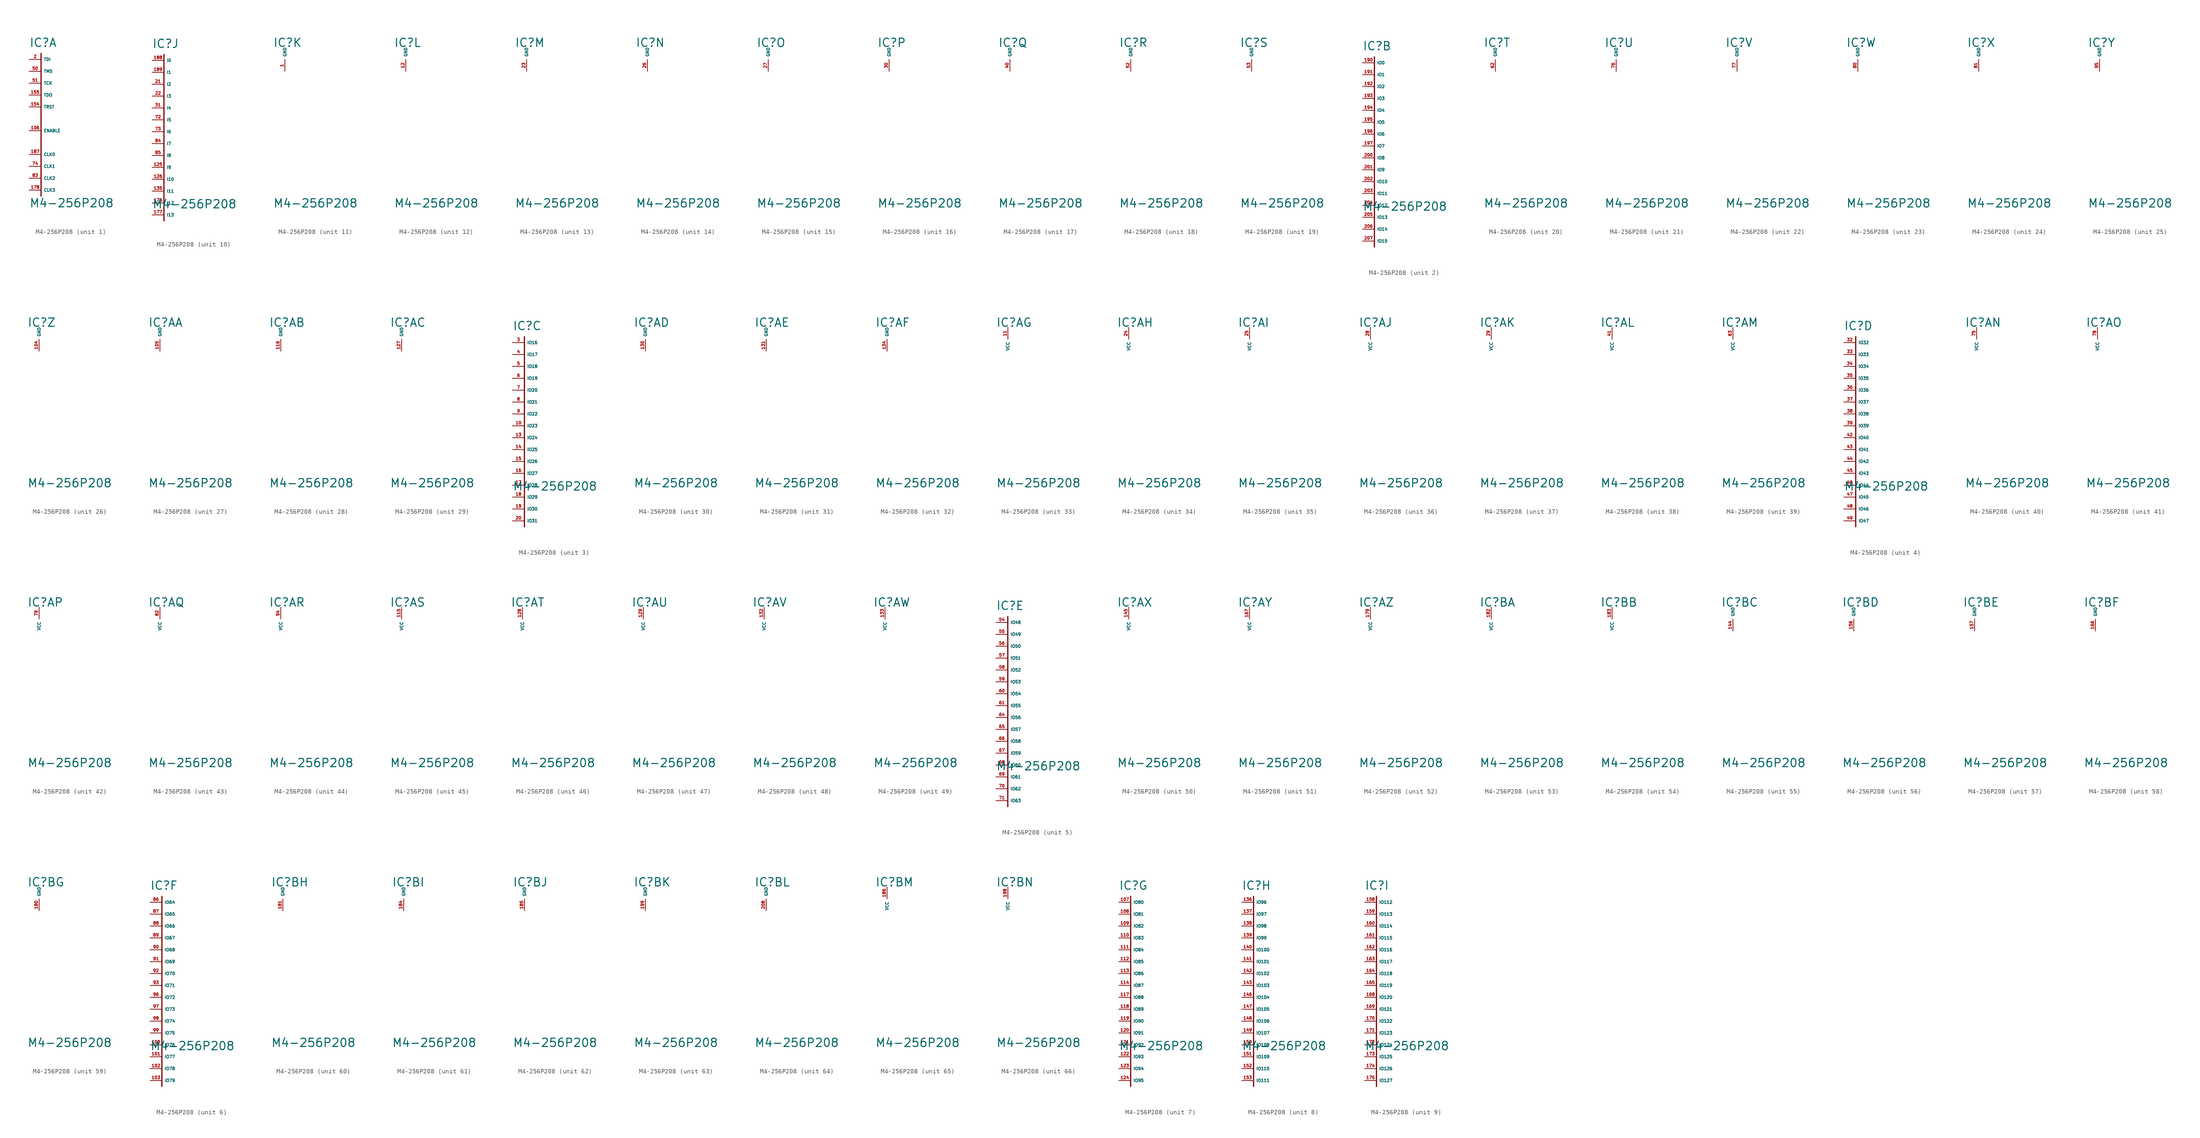
<source format=kicad_sym>
(kicad_symbol_lib
  (version 20220914)
  (generator Eagle2Kicad)
  (symbol "M4-256P208"
    (property "Reference" "IC"
      (at -2.54 2.54 0)
      (effects (font (size 1.778 1.778) (thickness 0.22)) (justify left bottom)))
    (property "Value" "M4-256P208"
      (at -2.54 -31.75 0)
      (effects (font (size 1.778 1.778) (thickness 0.22)) (justify left bottom)))
    (symbol "M4-256P208_1_0"
      (polyline (pts (xy 0 1.27) (xy 0 -29.21)) (stroke (width 0.254) (type default)) (fill (type none)))
      (pin input line (at -2.54 0 0) (length 2.54) (name "TDI" (effects (font (size 0.635 0.635) (thickness 0.08)) (justify left bottom))) (number "2" (effects (font (size 0.635 0.635) (thickness 0.08)) (justify left bottom))))
      (pin input line (at -2.54 -2.54 0) (length 2.54) (name "TMS" (effects (font (size 0.635 0.635) (thickness 0.08)) (justify left bottom))) (number "50" (effects (font (size 0.635 0.635) (thickness 0.08)) (justify left bottom))))
      (pin input line (at -2.54 -5.08 0) (length 2.54) (name "TCK" (effects (font (size 0.635 0.635) (thickness 0.08)) (justify left bottom))) (number "51" (effects (font (size 0.635 0.635) (thickness 0.08)) (justify left bottom))))
      (pin input line (at -2.54 -7.62 0) (length 2.54) (name "TDO" (effects (font (size 0.635 0.635) (thickness 0.08)) (justify left bottom))) (number "155" (effects (font (size 0.635 0.635) (thickness 0.08)) (justify left bottom))))
      (pin input line (at -2.54 -10.16 0) (length 2.54) (name "TRST" (effects (font (size 0.635 0.635) (thickness 0.08)) (justify left bottom))) (number "154" (effects (font (size 0.635 0.635) (thickness 0.08)) (justify left bottom))))
      (pin input line (at -2.54 -15.24 0) (length 2.54) (name "ENABLE" (effects (font (size 0.635 0.635) (thickness 0.08)) (justify left bottom))) (number "106" (effects (font (size 0.635 0.635) (thickness 0.08)) (justify left bottom))))
      (pin input line (at -2.54 -20.32 0) (length 2.54) (name "CLK0" (effects (font (size 0.635 0.635) (thickness 0.08)) (justify left bottom))) (number "187" (effects (font (size 0.635 0.635) (thickness 0.08)) (justify left bottom))))
      (pin input line (at -2.54 -22.86 0) (length 2.54) (name "CLK1" (effects (font (size 0.635 0.635) (thickness 0.08)) (justify left bottom))) (number "74" (effects (font (size 0.635 0.635) (thickness 0.08)) (justify left bottom))))
      (pin input line (at -2.54 -25.4 0) (length 2.54) (name "CLK2" (effects (font (size 0.635 0.635) (thickness 0.08)) (justify left bottom))) (number "83" (effects (font (size 0.635 0.635) (thickness 0.08)) (justify left bottom))))
      (pin input line (at -2.54 -27.94 0) (length 2.54) (name "CLK3" (effects (font (size 0.635 0.635) (thickness 0.08)) (justify left bottom))) (number "178" (effects (font (size 0.635 0.635) (thickness 0.08)) (justify left bottom)))))
    (symbol "M4-256P208_2_0"
      (polyline (pts (xy 0 1.27) (xy 0 -39.37)) (stroke (width 0.254) (type default)) (fill (type none)))
      (pin bidirectional line (at -2.54 0 0) (length 2.54) (name "IO0" (effects (font (size 0.635 0.635) (thickness 0.08)) (justify left bottom))) (number "190" (effects (font (size 0.635 0.635) (thickness 0.08)) (justify left bottom))))
      (pin bidirectional line (at -2.54 -2.54 0) (length 2.54) (name "IO1" (effects (font (size 0.635 0.635) (thickness 0.08)) (justify left bottom))) (number "191" (effects (font (size 0.635 0.635) (thickness 0.08)) (justify left bottom))))
      (pin bidirectional line (at -2.54 -5.08 0) (length 2.54) (name "IO2" (effects (font (size 0.635 0.635) (thickness 0.08)) (justify left bottom))) (number "192" (effects (font (size 0.635 0.635) (thickness 0.08)) (justify left bottom))))
      (pin bidirectional line (at -2.54 -7.62 0) (length 2.54) (name "IO3" (effects (font (size 0.635 0.635) (thickness 0.08)) (justify left bottom))) (number "193" (effects (font (size 0.635 0.635) (thickness 0.08)) (justify left bottom))))
      (pin bidirectional line (at -2.54 -10.16 0) (length 2.54) (name "IO4" (effects (font (size 0.635 0.635) (thickness 0.08)) (justify left bottom))) (number "194" (effects (font (size 0.635 0.635) (thickness 0.08)) (justify left bottom))))
      (pin bidirectional line (at -2.54 -12.7 0) (length 2.54) (name "IO5" (effects (font (size 0.635 0.635) (thickness 0.08)) (justify left bottom))) (number "195" (effects (font (size 0.635 0.635) (thickness 0.08)) (justify left bottom))))
      (pin bidirectional line (at -2.54 -15.24 0) (length 2.54) (name "IO6" (effects (font (size 0.635 0.635) (thickness 0.08)) (justify left bottom))) (number "196" (effects (font (size 0.635 0.635) (thickness 0.08)) (justify left bottom))))
      (pin bidirectional line (at -2.54 -17.78 0) (length 2.54) (name "IO7" (effects (font (size 0.635 0.635) (thickness 0.08)) (justify left bottom))) (number "197" (effects (font (size 0.635 0.635) (thickness 0.08)) (justify left bottom))))
      (pin bidirectional line (at -2.54 -20.32 0) (length 2.54) (name "IO8" (effects (font (size 0.635 0.635) (thickness 0.08)) (justify left bottom))) (number "200" (effects (font (size 0.635 0.635) (thickness 0.08)) (justify left bottom))))
      (pin bidirectional line (at -2.54 -22.86 0) (length 2.54) (name "IO9" (effects (font (size 0.635 0.635) (thickness 0.08)) (justify left bottom))) (number "201" (effects (font (size 0.635 0.635) (thickness 0.08)) (justify left bottom))))
      (pin bidirectional line (at -2.54 -25.4 0) (length 2.54) (name "IO10" (effects (font (size 0.635 0.635) (thickness 0.08)) (justify left bottom))) (number "202" (effects (font (size 0.635 0.635) (thickness 0.08)) (justify left bottom))))
      (pin bidirectional line (at -2.54 -27.94 0) (length 2.54) (name "IO11" (effects (font (size 0.635 0.635) (thickness 0.08)) (justify left bottom))) (number "203" (effects (font (size 0.635 0.635) (thickness 0.08)) (justify left bottom))))
      (pin bidirectional line (at -2.54 -30.48 0) (length 2.54) (name "IO12" (effects (font (size 0.635 0.635) (thickness 0.08)) (justify left bottom))) (number "204" (effects (font (size 0.635 0.635) (thickness 0.08)) (justify left bottom))))
      (pin bidirectional line (at -2.54 -33.02 0) (length 2.54) (name "IO13" (effects (font (size 0.635 0.635) (thickness 0.08)) (justify left bottom))) (number "205" (effects (font (size 0.635 0.635) (thickness 0.08)) (justify left bottom))))
      (pin bidirectional line (at -2.54 -35.56 0) (length 2.54) (name "IO14" (effects (font (size 0.635 0.635) (thickness 0.08)) (justify left bottom))) (number "206" (effects (font (size 0.635 0.635) (thickness 0.08)) (justify left bottom))))
      (pin bidirectional line (at -2.54 -38.1 0) (length 2.54) (name "IO15" (effects (font (size 0.635 0.635) (thickness 0.08)) (justify left bottom))) (number "207" (effects (font (size 0.635 0.635) (thickness 0.08)) (justify left bottom)))))
    (symbol "M4-256P208_3_0"
      (polyline (pts (xy 0 1.27) (xy 0 -39.37)) (stroke (width 0.254) (type default)) (fill (type none)))
      (pin bidirectional line (at -2.54 0 0) (length 2.54) (name "IO16" (effects (font (size 0.635 0.635) (thickness 0.08)) (justify left bottom))) (number "3" (effects (font (size 0.635 0.635) (thickness 0.08)) (justify left bottom))))
      (pin bidirectional line (at -2.54 -2.54 0) (length 2.54) (name "IO17" (effects (font (size 0.635 0.635) (thickness 0.08)) (justify left bottom))) (number "4" (effects (font (size 0.635 0.635) (thickness 0.08)) (justify left bottom))))
      (pin bidirectional line (at -2.54 -5.08 0) (length 2.54) (name "IO18" (effects (font (size 0.635 0.635) (thickness 0.08)) (justify left bottom))) (number "5" (effects (font (size 0.635 0.635) (thickness 0.08)) (justify left bottom))))
      (pin bidirectional line (at -2.54 -7.62 0) (length 2.54) (name "IO19" (effects (font (size 0.635 0.635) (thickness 0.08)) (justify left bottom))) (number "6" (effects (font (size 0.635 0.635) (thickness 0.08)) (justify left bottom))))
      (pin bidirectional line (at -2.54 -10.16 0) (length 2.54) (name "IO20" (effects (font (size 0.635 0.635) (thickness 0.08)) (justify left bottom))) (number "7" (effects (font (size 0.635 0.635) (thickness 0.08)) (justify left bottom))))
      (pin bidirectional line (at -2.54 -12.7 0) (length 2.54) (name "IO21" (effects (font (size 0.635 0.635) (thickness 0.08)) (justify left bottom))) (number "8" (effects (font (size 0.635 0.635) (thickness 0.08)) (justify left bottom))))
      (pin bidirectional line (at -2.54 -15.24 0) (length 2.54) (name "IO22" (effects (font (size 0.635 0.635) (thickness 0.08)) (justify left bottom))) (number "9" (effects (font (size 0.635 0.635) (thickness 0.08)) (justify left bottom))))
      (pin bidirectional line (at -2.54 -17.78 0) (length 2.54) (name "IO23" (effects (font (size 0.635 0.635) (thickness 0.08)) (justify left bottom))) (number "10" (effects (font (size 0.635 0.635) (thickness 0.08)) (justify left bottom))))
      (pin bidirectional line (at -2.54 -20.32 0) (length 2.54) (name "IO24" (effects (font (size 0.635 0.635) (thickness 0.08)) (justify left bottom))) (number "13" (effects (font (size 0.635 0.635) (thickness 0.08)) (justify left bottom))))
      (pin bidirectional line (at -2.54 -22.86 0) (length 2.54) (name "IO25" (effects (font (size 0.635 0.635) (thickness 0.08)) (justify left bottom))) (number "14" (effects (font (size 0.635 0.635) (thickness 0.08)) (justify left bottom))))
      (pin bidirectional line (at -2.54 -25.4 0) (length 2.54) (name "IO26" (effects (font (size 0.635 0.635) (thickness 0.08)) (justify left bottom))) (number "15" (effects (font (size 0.635 0.635) (thickness 0.08)) (justify left bottom))))
      (pin bidirectional line (at -2.54 -27.94 0) (length 2.54) (name "IO27" (effects (font (size 0.635 0.635) (thickness 0.08)) (justify left bottom))) (number "16" (effects (font (size 0.635 0.635) (thickness 0.08)) (justify left bottom))))
      (pin bidirectional line (at -2.54 -30.48 0) (length 2.54) (name "IO28" (effects (font (size 0.635 0.635) (thickness 0.08)) (justify left bottom))) (number "17" (effects (font (size 0.635 0.635) (thickness 0.08)) (justify left bottom))))
      (pin bidirectional line (at -2.54 -33.02 0) (length 2.54) (name "IO29" (effects (font (size 0.635 0.635) (thickness 0.08)) (justify left bottom))) (number "18" (effects (font (size 0.635 0.635) (thickness 0.08)) (justify left bottom))))
      (pin bidirectional line (at -2.54 -35.56 0) (length 2.54) (name "IO30" (effects (font (size 0.635 0.635) (thickness 0.08)) (justify left bottom))) (number "19" (effects (font (size 0.635 0.635) (thickness 0.08)) (justify left bottom))))
      (pin bidirectional line (at -2.54 -38.1 0) (length 2.54) (name "IO31" (effects (font (size 0.635 0.635) (thickness 0.08)) (justify left bottom))) (number "20" (effects (font (size 0.635 0.635) (thickness 0.08)) (justify left bottom)))))
    (symbol "M4-256P208_4_0"
      (polyline (pts (xy 0 1.27) (xy 0 -39.37)) (stroke (width 0.254) (type default)) (fill (type none)))
      (pin bidirectional line (at -2.54 0 0) (length 2.54) (name "IO32" (effects (font (size 0.635 0.635) (thickness 0.08)) (justify left bottom))) (number "32" (effects (font (size 0.635 0.635) (thickness 0.08)) (justify left bottom))))
      (pin bidirectional line (at -2.54 -2.54 0) (length 2.54) (name "IO33" (effects (font (size 0.635 0.635) (thickness 0.08)) (justify left bottom))) (number "33" (effects (font (size 0.635 0.635) (thickness 0.08)) (justify left bottom))))
      (pin bidirectional line (at -2.54 -5.08 0) (length 2.54) (name "IO34" (effects (font (size 0.635 0.635) (thickness 0.08)) (justify left bottom))) (number "34" (effects (font (size 0.635 0.635) (thickness 0.08)) (justify left bottom))))
      (pin bidirectional line (at -2.54 -7.62 0) (length 2.54) (name "IO35" (effects (font (size 0.635 0.635) (thickness 0.08)) (justify left bottom))) (number "35" (effects (font (size 0.635 0.635) (thickness 0.08)) (justify left bottom))))
      (pin bidirectional line (at -2.54 -10.16 0) (length 2.54) (name "IO36" (effects (font (size 0.635 0.635) (thickness 0.08)) (justify left bottom))) (number "36" (effects (font (size 0.635 0.635) (thickness 0.08)) (justify left bottom))))
      (pin bidirectional line (at -2.54 -12.7 0) (length 2.54) (name "IO37" (effects (font (size 0.635 0.635) (thickness 0.08)) (justify left bottom))) (number "37" (effects (font (size 0.635 0.635) (thickness 0.08)) (justify left bottom))))
      (pin bidirectional line (at -2.54 -15.24 0) (length 2.54) (name "IO38" (effects (font (size 0.635 0.635) (thickness 0.08)) (justify left bottom))) (number "38" (effects (font (size 0.635 0.635) (thickness 0.08)) (justify left bottom))))
      (pin bidirectional line (at -2.54 -17.78 0) (length 2.54) (name "IO39" (effects (font (size 0.635 0.635) (thickness 0.08)) (justify left bottom))) (number "39" (effects (font (size 0.635 0.635) (thickness 0.08)) (justify left bottom))))
      (pin bidirectional line (at -2.54 -20.32 0) (length 2.54) (name "IO40" (effects (font (size 0.635 0.635) (thickness 0.08)) (justify left bottom))) (number "42" (effects (font (size 0.635 0.635) (thickness 0.08)) (justify left bottom))))
      (pin bidirectional line (at -2.54 -22.86 0) (length 2.54) (name "IO41" (effects (font (size 0.635 0.635) (thickness 0.08)) (justify left bottom))) (number "43" (effects (font (size 0.635 0.635) (thickness 0.08)) (justify left bottom))))
      (pin bidirectional line (at -2.54 -25.4 0) (length 2.54) (name "IO42" (effects (font (size 0.635 0.635) (thickness 0.08)) (justify left bottom))) (number "44" (effects (font (size 0.635 0.635) (thickness 0.08)) (justify left bottom))))
      (pin bidirectional line (at -2.54 -27.94 0) (length 2.54) (name "IO43" (effects (font (size 0.635 0.635) (thickness 0.08)) (justify left bottom))) (number "45" (effects (font (size 0.635 0.635) (thickness 0.08)) (justify left bottom))))
      (pin bidirectional line (at -2.54 -30.48 0) (length 2.54) (name "IO44" (effects (font (size 0.635 0.635) (thickness 0.08)) (justify left bottom))) (number "46" (effects (font (size 0.635 0.635) (thickness 0.08)) (justify left bottom))))
      (pin bidirectional line (at -2.54 -33.02 0) (length 2.54) (name "IO45" (effects (font (size 0.635 0.635) (thickness 0.08)) (justify left bottom))) (number "47" (effects (font (size 0.635 0.635) (thickness 0.08)) (justify left bottom))))
      (pin bidirectional line (at -2.54 -35.56 0) (length 2.54) (name "IO46" (effects (font (size 0.635 0.635) (thickness 0.08)) (justify left bottom))) (number "48" (effects (font (size 0.635 0.635) (thickness 0.08)) (justify left bottom))))
      (pin bidirectional line (at -2.54 -38.1 0) (length 2.54) (name "IO47" (effects (font (size 0.635 0.635) (thickness 0.08)) (justify left bottom))) (number "49" (effects (font (size 0.635 0.635) (thickness 0.08)) (justify left bottom)))))
    (symbol "M4-256P208_5_0"
      (polyline (pts (xy 0 1.27) (xy 0 -39.37)) (stroke (width 0.254) (type default)) (fill (type none)))
      (pin bidirectional line (at -2.54 0 0) (length 2.54) (name "IO48" (effects (font (size 0.635 0.635) (thickness 0.08)) (justify left bottom))) (number "54" (effects (font (size 0.635 0.635) (thickness 0.08)) (justify left bottom))))
      (pin bidirectional line (at -2.54 -2.54 0) (length 2.54) (name "IO49" (effects (font (size 0.635 0.635) (thickness 0.08)) (justify left bottom))) (number "55" (effects (font (size 0.635 0.635) (thickness 0.08)) (justify left bottom))))
      (pin bidirectional line (at -2.54 -5.08 0) (length 2.54) (name "IO50" (effects (font (size 0.635 0.635) (thickness 0.08)) (justify left bottom))) (number "56" (effects (font (size 0.635 0.635) (thickness 0.08)) (justify left bottom))))
      (pin bidirectional line (at -2.54 -7.62 0) (length 2.54) (name "IO51" (effects (font (size 0.635 0.635) (thickness 0.08)) (justify left bottom))) (number "57" (effects (font (size 0.635 0.635) (thickness 0.08)) (justify left bottom))))
      (pin bidirectional line (at -2.54 -10.16 0) (length 2.54) (name "IO52" (effects (font (size 0.635 0.635) (thickness 0.08)) (justify left bottom))) (number "58" (effects (font (size 0.635 0.635) (thickness 0.08)) (justify left bottom))))
      (pin bidirectional line (at -2.54 -12.7 0) (length 2.54) (name "IO53" (effects (font (size 0.635 0.635) (thickness 0.08)) (justify left bottom))) (number "59" (effects (font (size 0.635 0.635) (thickness 0.08)) (justify left bottom))))
      (pin bidirectional line (at -2.54 -15.24 0) (length 2.54) (name "IO54" (effects (font (size 0.635 0.635) (thickness 0.08)) (justify left bottom))) (number "60" (effects (font (size 0.635 0.635) (thickness 0.08)) (justify left bottom))))
      (pin bidirectional line (at -2.54 -17.78 0) (length 2.54) (name "IO55" (effects (font (size 0.635 0.635) (thickness 0.08)) (justify left bottom))) (number "61" (effects (font (size 0.635 0.635) (thickness 0.08)) (justify left bottom))))
      (pin bidirectional line (at -2.54 -20.32 0) (length 2.54) (name "IO56" (effects (font (size 0.635 0.635) (thickness 0.08)) (justify left bottom))) (number "64" (effects (font (size 0.635 0.635) (thickness 0.08)) (justify left bottom))))
      (pin bidirectional line (at -2.54 -22.86 0) (length 2.54) (name "IO57" (effects (font (size 0.635 0.635) (thickness 0.08)) (justify left bottom))) (number "65" (effects (font (size 0.635 0.635) (thickness 0.08)) (justify left bottom))))
      (pin bidirectional line (at -2.54 -25.4 0) (length 2.54) (name "IO58" (effects (font (size 0.635 0.635) (thickness 0.08)) (justify left bottom))) (number "66" (effects (font (size 0.635 0.635) (thickness 0.08)) (justify left bottom))))
      (pin bidirectional line (at -2.54 -27.94 0) (length 2.54) (name "IO59" (effects (font (size 0.635 0.635) (thickness 0.08)) (justify left bottom))) (number "67" (effects (font (size 0.635 0.635) (thickness 0.08)) (justify left bottom))))
      (pin bidirectional line (at -2.54 -30.48 0) (length 2.54) (name "IO60" (effects (font (size 0.635 0.635) (thickness 0.08)) (justify left bottom))) (number "68" (effects (font (size 0.635 0.635) (thickness 0.08)) (justify left bottom))))
      (pin bidirectional line (at -2.54 -33.02 0) (length 2.54) (name "IO61" (effects (font (size 0.635 0.635) (thickness 0.08)) (justify left bottom))) (number "69" (effects (font (size 0.635 0.635) (thickness 0.08)) (justify left bottom))))
      (pin bidirectional line (at -2.54 -35.56 0) (length 2.54) (name "IO62" (effects (font (size 0.635 0.635) (thickness 0.08)) (justify left bottom))) (number "70" (effects (font (size 0.635 0.635) (thickness 0.08)) (justify left bottom))))
      (pin bidirectional line (at -2.54 -38.1 0) (length 2.54) (name "IO63" (effects (font (size 0.635 0.635) (thickness 0.08)) (justify left bottom))) (number "71" (effects (font (size 0.635 0.635) (thickness 0.08)) (justify left bottom)))))
    (symbol "M4-256P208_6_0"
      (polyline (pts (xy 0 1.27) (xy 0 -39.37)) (stroke (width 0.254) (type default)) (fill (type none)))
      (pin bidirectional line (at -2.54 0 0) (length 2.54) (name "IO64" (effects (font (size 0.635 0.635) (thickness 0.08)) (justify left bottom))) (number "86" (effects (font (size 0.635 0.635) (thickness 0.08)) (justify left bottom))))
      (pin bidirectional line (at -2.54 -2.54 0) (length 2.54) (name "IO65" (effects (font (size 0.635 0.635) (thickness 0.08)) (justify left bottom))) (number "87" (effects (font (size 0.635 0.635) (thickness 0.08)) (justify left bottom))))
      (pin bidirectional line (at -2.54 -5.08 0) (length 2.54) (name "IO66" (effects (font (size 0.635 0.635) (thickness 0.08)) (justify left bottom))) (number "88" (effects (font (size 0.635 0.635) (thickness 0.08)) (justify left bottom))))
      (pin bidirectional line (at -2.54 -7.62 0) (length 2.54) (name "IO67" (effects (font (size 0.635 0.635) (thickness 0.08)) (justify left bottom))) (number "89" (effects (font (size 0.635 0.635) (thickness 0.08)) (justify left bottom))))
      (pin bidirectional line (at -2.54 -10.16 0) (length 2.54) (name "IO68" (effects (font (size 0.635 0.635) (thickness 0.08)) (justify left bottom))) (number "90" (effects (font (size 0.635 0.635) (thickness 0.08)) (justify left bottom))))
      (pin bidirectional line (at -2.54 -12.7 0) (length 2.54) (name "IO69" (effects (font (size 0.635 0.635) (thickness 0.08)) (justify left bottom))) (number "91" (effects (font (size 0.635 0.635) (thickness 0.08)) (justify left bottom))))
      (pin bidirectional line (at -2.54 -15.24 0) (length 2.54) (name "IO70" (effects (font (size 0.635 0.635) (thickness 0.08)) (justify left bottom))) (number "92" (effects (font (size 0.635 0.635) (thickness 0.08)) (justify left bottom))))
      (pin bidirectional line (at -2.54 -17.78 0) (length 2.54) (name "IO71" (effects (font (size 0.635 0.635) (thickness 0.08)) (justify left bottom))) (number "93" (effects (font (size 0.635 0.635) (thickness 0.08)) (justify left bottom))))
      (pin bidirectional line (at -2.54 -20.32 0) (length 2.54) (name "IO72" (effects (font (size 0.635 0.635) (thickness 0.08)) (justify left bottom))) (number "96" (effects (font (size 0.635 0.635) (thickness 0.08)) (justify left bottom))))
      (pin bidirectional line (at -2.54 -22.86 0) (length 2.54) (name "IO73" (effects (font (size 0.635 0.635) (thickness 0.08)) (justify left bottom))) (number "97" (effects (font (size 0.635 0.635) (thickness 0.08)) (justify left bottom))))
      (pin bidirectional line (at -2.54 -25.4 0) (length 2.54) (name "IO74" (effects (font (size 0.635 0.635) (thickness 0.08)) (justify left bottom))) (number "98" (effects (font (size 0.635 0.635) (thickness 0.08)) (justify left bottom))))
      (pin bidirectional line (at -2.54 -27.94 0) (length 2.54) (name "IO75" (effects (font (size 0.635 0.635) (thickness 0.08)) (justify left bottom))) (number "99" (effects (font (size 0.635 0.635) (thickness 0.08)) (justify left bottom))))
      (pin bidirectional line (at -2.54 -30.48 0) (length 2.54) (name "IO76" (effects (font (size 0.635 0.635) (thickness 0.08)) (justify left bottom))) (number "100" (effects (font (size 0.635 0.635) (thickness 0.08)) (justify left bottom))))
      (pin bidirectional line (at -2.54 -33.02 0) (length 2.54) (name "IO77" (effects (font (size 0.635 0.635) (thickness 0.08)) (justify left bottom))) (number "101" (effects (font (size 0.635 0.635) (thickness 0.08)) (justify left bottom))))
      (pin bidirectional line (at -2.54 -35.56 0) (length 2.54) (name "IO78" (effects (font (size 0.635 0.635) (thickness 0.08)) (justify left bottom))) (number "102" (effects (font (size 0.635 0.635) (thickness 0.08)) (justify left bottom))))
      (pin bidirectional line (at -2.54 -38.1 0) (length 2.54) (name "IO79" (effects (font (size 0.635 0.635) (thickness 0.08)) (justify left bottom))) (number "103" (effects (font (size 0.635 0.635) (thickness 0.08)) (justify left bottom)))))
    (symbol "M4-256P208_7_0"
      (polyline (pts (xy 0 1.27) (xy 0 -39.37)) (stroke (width 0.254) (type default)) (fill (type none)))
      (pin bidirectional line (at -2.54 0 0) (length 2.54) (name "IO80" (effects (font (size 0.635 0.635) (thickness 0.08)) (justify left bottom))) (number "107" (effects (font (size 0.635 0.635) (thickness 0.08)) (justify left bottom))))
      (pin bidirectional line (at -2.54 -2.54 0) (length 2.54) (name "IO81" (effects (font (size 0.635 0.635) (thickness 0.08)) (justify left bottom))) (number "108" (effects (font (size 0.635 0.635) (thickness 0.08)) (justify left bottom))))
      (pin bidirectional line (at -2.54 -5.08 0) (length 2.54) (name "IO82" (effects (font (size 0.635 0.635) (thickness 0.08)) (justify left bottom))) (number "109" (effects (font (size 0.635 0.635) (thickness 0.08)) (justify left bottom))))
      (pin bidirectional line (at -2.54 -7.62 0) (length 2.54) (name "IO83" (effects (font (size 0.635 0.635) (thickness 0.08)) (justify left bottom))) (number "110" (effects (font (size 0.635 0.635) (thickness 0.08)) (justify left bottom))))
      (pin bidirectional line (at -2.54 -10.16 0) (length 2.54) (name "IO84" (effects (font (size 0.635 0.635) (thickness 0.08)) (justify left bottom))) (number "111" (effects (font (size 0.635 0.635) (thickness 0.08)) (justify left bottom))))
      (pin bidirectional line (at -2.54 -12.7 0) (length 2.54) (name "IO85" (effects (font (size 0.635 0.635) (thickness 0.08)) (justify left bottom))) (number "112" (effects (font (size 0.635 0.635) (thickness 0.08)) (justify left bottom))))
      (pin bidirectional line (at -2.54 -15.24 0) (length 2.54) (name "IO86" (effects (font (size 0.635 0.635) (thickness 0.08)) (justify left bottom))) (number "113" (effects (font (size 0.635 0.635) (thickness 0.08)) (justify left bottom))))
      (pin bidirectional line (at -2.54 -17.78 0) (length 2.54) (name "IO87" (effects (font (size 0.635 0.635) (thickness 0.08)) (justify left bottom))) (number "114" (effects (font (size 0.635 0.635) (thickness 0.08)) (justify left bottom))))
      (pin bidirectional line (at -2.54 -20.32 0) (length 2.54) (name "IO88" (effects (font (size 0.635 0.635) (thickness 0.08)) (justify left bottom))) (number "117" (effects (font (size 0.635 0.635) (thickness 0.08)) (justify left bottom))))
      (pin bidirectional line (at -2.54 -22.86 0) (length 2.54) (name "IO89" (effects (font (size 0.635 0.635) (thickness 0.08)) (justify left bottom))) (number "118" (effects (font (size 0.635 0.635) (thickness 0.08)) (justify left bottom))))
      (pin bidirectional line (at -2.54 -25.4 0) (length 2.54) (name "IO90" (effects (font (size 0.635 0.635) (thickness 0.08)) (justify left bottom))) (number "119" (effects (font (size 0.635 0.635) (thickness 0.08)) (justify left bottom))))
      (pin bidirectional line (at -2.54 -27.94 0) (length 2.54) (name "IO91" (effects (font (size 0.635 0.635) (thickness 0.08)) (justify left bottom))) (number "120" (effects (font (size 0.635 0.635) (thickness 0.08)) (justify left bottom))))
      (pin bidirectional line (at -2.54 -30.48 0) (length 2.54) (name "IO92" (effects (font (size 0.635 0.635) (thickness 0.08)) (justify left bottom))) (number "121" (effects (font (size 0.635 0.635) (thickness 0.08)) (justify left bottom))))
      (pin bidirectional line (at -2.54 -33.02 0) (length 2.54) (name "IO93" (effects (font (size 0.635 0.635) (thickness 0.08)) (justify left bottom))) (number "122" (effects (font (size 0.635 0.635) (thickness 0.08)) (justify left bottom))))
      (pin bidirectional line (at -2.54 -35.56 0) (length 2.54) (name "IO94" (effects (font (size 0.635 0.635) (thickness 0.08)) (justify left bottom))) (number "123" (effects (font (size 0.635 0.635) (thickness 0.08)) (justify left bottom))))
      (pin bidirectional line (at -2.54 -38.1 0) (length 2.54) (name "IO95" (effects (font (size 0.635 0.635) (thickness 0.08)) (justify left bottom))) (number "124" (effects (font (size 0.635 0.635) (thickness 0.08)) (justify left bottom)))))
    (symbol "M4-256P208_8_0"
      (polyline (pts (xy 0 1.27) (xy 0 -39.37)) (stroke (width 0.254) (type default)) (fill (type none)))
      (pin bidirectional line (at -2.54 0 0) (length 2.54) (name "IO96" (effects (font (size 0.635 0.635) (thickness 0.08)) (justify left bottom))) (number "136" (effects (font (size 0.635 0.635) (thickness 0.08)) (justify left bottom))))
      (pin bidirectional line (at -2.54 -2.54 0) (length 2.54) (name "IO97" (effects (font (size 0.635 0.635) (thickness 0.08)) (justify left bottom))) (number "137" (effects (font (size 0.635 0.635) (thickness 0.08)) (justify left bottom))))
      (pin bidirectional line (at -2.54 -5.08 0) (length 2.54) (name "IO98" (effects (font (size 0.635 0.635) (thickness 0.08)) (justify left bottom))) (number "138" (effects (font (size 0.635 0.635) (thickness 0.08)) (justify left bottom))))
      (pin bidirectional line (at -2.54 -7.62 0) (length 2.54) (name "IO99" (effects (font (size 0.635 0.635) (thickness 0.08)) (justify left bottom))) (number "139" (effects (font (size 0.635 0.635) (thickness 0.08)) (justify left bottom))))
      (pin bidirectional line (at -2.54 -10.16 0) (length 2.54) (name "IO100" (effects (font (size 0.635 0.635) (thickness 0.08)) (justify left bottom))) (number "140" (effects (font (size 0.635 0.635) (thickness 0.08)) (justify left bottom))))
      (pin bidirectional line (at -2.54 -12.7 0) (length 2.54) (name "IO101" (effects (font (size 0.635 0.635) (thickness 0.08)) (justify left bottom))) (number "141" (effects (font (size 0.635 0.635) (thickness 0.08)) (justify left bottom))))
      (pin bidirectional line (at -2.54 -15.24 0) (length 2.54) (name "IO102" (effects (font (size 0.635 0.635) (thickness 0.08)) (justify left bottom))) (number "142" (effects (font (size 0.635 0.635) (thickness 0.08)) (justify left bottom))))
      (pin bidirectional line (at -2.54 -17.78 0) (length 2.54) (name "IO103" (effects (font (size 0.635 0.635) (thickness 0.08)) (justify left bottom))) (number "143" (effects (font (size 0.635 0.635) (thickness 0.08)) (justify left bottom))))
      (pin bidirectional line (at -2.54 -20.32 0) (length 2.54) (name "IO104" (effects (font (size 0.635 0.635) (thickness 0.08)) (justify left bottom))) (number "146" (effects (font (size 0.635 0.635) (thickness 0.08)) (justify left bottom))))
      (pin bidirectional line (at -2.54 -22.86 0) (length 2.54) (name "IO105" (effects (font (size 0.635 0.635) (thickness 0.08)) (justify left bottom))) (number "147" (effects (font (size 0.635 0.635) (thickness 0.08)) (justify left bottom))))
      (pin bidirectional line (at -2.54 -25.4 0) (length 2.54) (name "IO106" (effects (font (size 0.635 0.635) (thickness 0.08)) (justify left bottom))) (number "148" (effects (font (size 0.635 0.635) (thickness 0.08)) (justify left bottom))))
      (pin bidirectional line (at -2.54 -27.94 0) (length 2.54) (name "IO107" (effects (font (size 0.635 0.635) (thickness 0.08)) (justify left bottom))) (number "149" (effects (font (size 0.635 0.635) (thickness 0.08)) (justify left bottom))))
      (pin bidirectional line (at -2.54 -30.48 0) (length 2.54) (name "IO108" (effects (font (size 0.635 0.635) (thickness 0.08)) (justify left bottom))) (number "150" (effects (font (size 0.635 0.635) (thickness 0.08)) (justify left bottom))))
      (pin bidirectional line (at -2.54 -33.02 0) (length 2.54) (name "IO109" (effects (font (size 0.635 0.635) (thickness 0.08)) (justify left bottom))) (number "151" (effects (font (size 0.635 0.635) (thickness 0.08)) (justify left bottom))))
      (pin bidirectional line (at -2.54 -35.56 0) (length 2.54) (name "IO110" (effects (font (size 0.635 0.635) (thickness 0.08)) (justify left bottom))) (number "152" (effects (font (size 0.635 0.635) (thickness 0.08)) (justify left bottom))))
      (pin bidirectional line (at -2.54 -38.1 0) (length 2.54) (name "IO111" (effects (font (size 0.635 0.635) (thickness 0.08)) (justify left bottom))) (number "153" (effects (font (size 0.635 0.635) (thickness 0.08)) (justify left bottom)))))
    (symbol "M4-256P208_9_0"
      (polyline (pts (xy 0 1.27) (xy 0 -39.37)) (stroke (width 0.254) (type default)) (fill (type none)))
      (pin bidirectional line (at -2.54 0 0) (length 2.54) (name "IO112" (effects (font (size 0.635 0.635) (thickness 0.08)) (justify left bottom))) (number "158" (effects (font (size 0.635 0.635) (thickness 0.08)) (justify left bottom))))
      (pin bidirectional line (at -2.54 -2.54 0) (length 2.54) (name "IO113" (effects (font (size 0.635 0.635) (thickness 0.08)) (justify left bottom))) (number "159" (effects (font (size 0.635 0.635) (thickness 0.08)) (justify left bottom))))
      (pin bidirectional line (at -2.54 -5.08 0) (length 2.54) (name "IO114" (effects (font (size 0.635 0.635) (thickness 0.08)) (justify left bottom))) (number "160" (effects (font (size 0.635 0.635) (thickness 0.08)) (justify left bottom))))
      (pin bidirectional line (at -2.54 -7.62 0) (length 2.54) (name "IO115" (effects (font (size 0.635 0.635) (thickness 0.08)) (justify left bottom))) (number "161" (effects (font (size 0.635 0.635) (thickness 0.08)) (justify left bottom))))
      (pin bidirectional line (at -2.54 -10.16 0) (length 2.54) (name "IO116" (effects (font (size 0.635 0.635) (thickness 0.08)) (justify left bottom))) (number "162" (effects (font (size 0.635 0.635) (thickness 0.08)) (justify left bottom))))
      (pin bidirectional line (at -2.54 -12.7 0) (length 2.54) (name "IO117" (effects (font (size 0.635 0.635) (thickness 0.08)) (justify left bottom))) (number "163" (effects (font (size 0.635 0.635) (thickness 0.08)) (justify left bottom))))
      (pin bidirectional line (at -2.54 -15.24 0) (length 2.54) (name "IO118" (effects (font (size 0.635 0.635) (thickness 0.08)) (justify left bottom))) (number "164" (effects (font (size 0.635 0.635) (thickness 0.08)) (justify left bottom))))
      (pin bidirectional line (at -2.54 -17.78 0) (length 2.54) (name "IO119" (effects (font (size 0.635 0.635) (thickness 0.08)) (justify left bottom))) (number "165" (effects (font (size 0.635 0.635) (thickness 0.08)) (justify left bottom))))
      (pin bidirectional line (at -2.54 -20.32 0) (length 2.54) (name "IO120" (effects (font (size 0.635 0.635) (thickness 0.08)) (justify left bottom))) (number "168" (effects (font (size 0.635 0.635) (thickness 0.08)) (justify left bottom))))
      (pin bidirectional line (at -2.54 -22.86 0) (length 2.54) (name "IO121" (effects (font (size 0.635 0.635) (thickness 0.08)) (justify left bottom))) (number "169" (effects (font (size 0.635 0.635) (thickness 0.08)) (justify left bottom))))
      (pin bidirectional line (at -2.54 -25.4 0) (length 2.54) (name "IO122" (effects (font (size 0.635 0.635) (thickness 0.08)) (justify left bottom))) (number "170" (effects (font (size 0.635 0.635) (thickness 0.08)) (justify left bottom))))
      (pin bidirectional line (at -2.54 -27.94 0) (length 2.54) (name "IO123" (effects (font (size 0.635 0.635) (thickness 0.08)) (justify left bottom))) (number "171" (effects (font (size 0.635 0.635) (thickness 0.08)) (justify left bottom))))
      (pin bidirectional line (at -2.54 -30.48 0) (length 2.54) (name "IO124" (effects (font (size 0.635 0.635) (thickness 0.08)) (justify left bottom))) (number "172" (effects (font (size 0.635 0.635) (thickness 0.08)) (justify left bottom))))
      (pin bidirectional line (at -2.54 -33.02 0) (length 2.54) (name "IO125" (effects (font (size 0.635 0.635) (thickness 0.08)) (justify left bottom))) (number "173" (effects (font (size 0.635 0.635) (thickness 0.08)) (justify left bottom))))
      (pin bidirectional line (at -2.54 -35.56 0) (length 2.54) (name "IO126" (effects (font (size 0.635 0.635) (thickness 0.08)) (justify left bottom))) (number "174" (effects (font (size 0.635 0.635) (thickness 0.08)) (justify left bottom))))
      (pin bidirectional line (at -2.54 -38.1 0) (length 2.54) (name "IO127" (effects (font (size 0.635 0.635) (thickness 0.08)) (justify left bottom))) (number "175" (effects (font (size 0.635 0.635) (thickness 0.08)) (justify left bottom)))))
    (symbol "M4-256P208_10_0"
      (polyline (pts (xy 0 1.27) (xy 0 -34.29)) (stroke (width 0.254) (type default)) (fill (type none)))
      (pin input line (at -2.54 0 0) (length 2.54) (name "I0" (effects (font (size 0.635 0.635) (thickness 0.08)) (justify left bottom))) (number "188" (effects (font (size 0.635 0.635) (thickness 0.08)) (justify left bottom))))
      (pin input line (at -2.54 -2.54 0) (length 2.54) (name "I1" (effects (font (size 0.635 0.635) (thickness 0.08)) (justify left bottom))) (number "189" (effects (font (size 0.635 0.635) (thickness 0.08)) (justify left bottom))))
      (pin input line (at -2.54 -5.08 0) (length 2.54) (name "I2" (effects (font (size 0.635 0.635) (thickness 0.08)) (justify left bottom))) (number "21" (effects (font (size 0.635 0.635) (thickness 0.08)) (justify left bottom))))
      (pin input line (at -2.54 -7.62 0) (length 2.54) (name "I3" (effects (font (size 0.635 0.635) (thickness 0.08)) (justify left bottom))) (number "22" (effects (font (size 0.635 0.635) (thickness 0.08)) (justify left bottom))))
      (pin input line (at -2.54 -10.16 0) (length 2.54) (name "I4" (effects (font (size 0.635 0.635) (thickness 0.08)) (justify left bottom))) (number "31" (effects (font (size 0.635 0.635) (thickness 0.08)) (justify left bottom))))
      (pin input line (at -2.54 -12.7 0) (length 2.54) (name "I5" (effects (font (size 0.635 0.635) (thickness 0.08)) (justify left bottom))) (number "72" (effects (font (size 0.635 0.635) (thickness 0.08)) (justify left bottom))))
      (pin input line (at -2.54 -15.24 0) (length 2.54) (name "I6" (effects (font (size 0.635 0.635) (thickness 0.08)) (justify left bottom))) (number "73" (effects (font (size 0.635 0.635) (thickness 0.08)) (justify left bottom))))
      (pin input line (at -2.54 -17.78 0) (length 2.54) (name "I7" (effects (font (size 0.635 0.635) (thickness 0.08)) (justify left bottom))) (number "84" (effects (font (size 0.635 0.635) (thickness 0.08)) (justify left bottom))))
      (pin input line (at -2.54 -20.32 0) (length 2.54) (name "I8" (effects (font (size 0.635 0.635) (thickness 0.08)) (justify left bottom))) (number "85" (effects (font (size 0.635 0.635) (thickness 0.08)) (justify left bottom))))
      (pin input line (at -2.54 -22.86 0) (length 2.54) (name "I9" (effects (font (size 0.635 0.635) (thickness 0.08)) (justify left bottom))) (number "125" (effects (font (size 0.635 0.635) (thickness 0.08)) (justify left bottom))))
      (pin input line (at -2.54 -25.4 0) (length 2.54) (name "I10" (effects (font (size 0.635 0.635) (thickness 0.08)) (justify left bottom))) (number "126" (effects (font (size 0.635 0.635) (thickness 0.08)) (justify left bottom))))
      (pin input line (at -2.54 -27.94 0) (length 2.54) (name "I11" (effects (font (size 0.635 0.635) (thickness 0.08)) (justify left bottom))) (number "135" (effects (font (size 0.635 0.635) (thickness 0.08)) (justify left bottom))))
      (pin input line (at -2.54 -30.48 0) (length 2.54) (name "I12" (effects (font (size 0.635 0.635) (thickness 0.08)) (justify left bottom))) (number "176" (effects (font (size 0.635 0.635) (thickness 0.08)) (justify left bottom))))
      (pin input line (at -2.54 -33.02 0) (length 2.54) (name "I13" (effects (font (size 0.635 0.635) (thickness 0.08)) (justify left bottom))) (number "177" (effects (font (size 0.635 0.635) (thickness 0.08)) (justify left bottom)))))
    (symbol "M4-256P208_11_0"
      (pin unspecified line (at 0 -2.54 90) (length 2.54) (name "GND" (effects (font (size 0.635 0.635) (thickness 0.08)) (justify left bottom))) (number "1" (effects (font (size 0.635 0.635) (thickness 0.08)) (justify left bottom)))))
    (symbol "M4-256P208_12_0"
      (pin unspecified line (at 0 -2.54 90) (length 2.54) (name "GND" (effects (font (size 0.635 0.635) (thickness 0.08)) (justify left bottom))) (number "12" (effects (font (size 0.635 0.635) (thickness 0.08)) (justify left bottom)))))
    (symbol "M4-256P208_13_0"
      (pin unspecified line (at 0 -2.54 90) (length 2.54) (name "GND" (effects (font (size 0.635 0.635) (thickness 0.08)) (justify left bottom))) (number "23" (effects (font (size 0.635 0.635) (thickness 0.08)) (justify left bottom)))))
    (symbol "M4-256P208_14_0"
      (pin unspecified line (at 0 -2.54 90) (length 2.54) (name "GND" (effects (font (size 0.635 0.635) (thickness 0.08)) (justify left bottom))) (number "26" (effects (font (size 0.635 0.635) (thickness 0.08)) (justify left bottom)))))
    (symbol "M4-256P208_15_0"
      (pin unspecified line (at 0 -2.54 90) (length 2.54) (name "GND" (effects (font (size 0.635 0.635) (thickness 0.08)) (justify left bottom))) (number "27" (effects (font (size 0.635 0.635) (thickness 0.08)) (justify left bottom)))))
    (symbol "M4-256P208_16_0"
      (pin unspecified line (at 0 -2.54 90) (length 2.54) (name "GND" (effects (font (size 0.635 0.635) (thickness 0.08)) (justify left bottom))) (number "30" (effects (font (size 0.635 0.635) (thickness 0.08)) (justify left bottom)))))
    (symbol "M4-256P208_17_0"
      (pin unspecified line (at 0 -2.54 90) (length 2.54) (name "GND" (effects (font (size 0.635 0.635) (thickness 0.08)) (justify left bottom))) (number "40" (effects (font (size 0.635 0.635) (thickness 0.08)) (justify left bottom)))))
    (symbol "M4-256P208_18_0"
      (pin unspecified line (at 0 -2.54 90) (length 2.54) (name "GND" (effects (font (size 0.635 0.635) (thickness 0.08)) (justify left bottom))) (number "52" (effects (font (size 0.635 0.635) (thickness 0.08)) (justify left bottom)))))
    (symbol "M4-256P208_19_0"
      (pin unspecified line (at 0 -2.54 90) (length 2.54) (name "GND" (effects (font (size 0.635 0.635) (thickness 0.08)) (justify left bottom))) (number "53" (effects (font (size 0.635 0.635) (thickness 0.08)) (justify left bottom)))))
    (symbol "M4-256P208_20_0"
      (pin unspecified line (at 0 -2.54 90) (length 2.54) (name "GND" (effects (font (size 0.635 0.635) (thickness 0.08)) (justify left bottom))) (number "62" (effects (font (size 0.635 0.635) (thickness 0.08)) (justify left bottom)))))
    (symbol "M4-256P208_21_0"
      (pin unspecified line (at 0 -2.54 90) (length 2.54) (name "GND" (effects (font (size 0.635 0.635) (thickness 0.08)) (justify left bottom))) (number "76" (effects (font (size 0.635 0.635) (thickness 0.08)) (justify left bottom)))))
    (symbol "M4-256P208_22_0"
      (pin unspecified line (at 0 -2.54 90) (length 2.54) (name "GND" (effects (font (size 0.635 0.635) (thickness 0.08)) (justify left bottom))) (number "77" (effects (font (size 0.635 0.635) (thickness 0.08)) (justify left bottom)))))
    (symbol "M4-256P208_23_0"
      (pin unspecified line (at 0 -2.54 90) (length 2.54) (name "GND" (effects (font (size 0.635 0.635) (thickness 0.08)) (justify left bottom))) (number "80" (effects (font (size 0.635 0.635) (thickness 0.08)) (justify left bottom)))))
    (symbol "M4-256P208_24_0"
      (pin unspecified line (at 0 -2.54 90) (length 2.54) (name "GND" (effects (font (size 0.635 0.635) (thickness 0.08)) (justify left bottom))) (number "81" (effects (font (size 0.635 0.635) (thickness 0.08)) (justify left bottom)))))
    (symbol "M4-256P208_25_0"
      (pin unspecified line (at 0 -2.54 90) (length 2.54) (name "GND" (effects (font (size 0.635 0.635) (thickness 0.08)) (justify left bottom))) (number "95" (effects (font (size 0.635 0.635) (thickness 0.08)) (justify left bottom)))))
    (symbol "M4-256P208_26_0"
      (pin unspecified line (at 0 -2.54 90) (length 2.54) (name "GND" (effects (font (size 0.635 0.635) (thickness 0.08)) (justify left bottom))) (number "104" (effects (font (size 0.635 0.635) (thickness 0.08)) (justify left bottom)))))
    (symbol "M4-256P208_27_0"
      (pin unspecified line (at 0 -2.54 90) (length 2.54) (name "GND" (effects (font (size 0.635 0.635) (thickness 0.08)) (justify left bottom))) (number "105" (effects (font (size 0.635 0.635) (thickness 0.08)) (justify left bottom)))))
    (symbol "M4-256P208_28_0"
      (pin unspecified line (at 0 -2.54 90) (length 2.54) (name "GND" (effects (font (size 0.635 0.635) (thickness 0.08)) (justify left bottom))) (number "116" (effects (font (size 0.635 0.635) (thickness 0.08)) (justify left bottom)))))
    (symbol "M4-256P208_29_0"
      (pin unspecified line (at 0 -2.54 90) (length 2.54) (name "GND" (effects (font (size 0.635 0.635) (thickness 0.08)) (justify left bottom))) (number "127" (effects (font (size 0.635 0.635) (thickness 0.08)) (justify left bottom)))))
    (symbol "M4-256P208_30_0"
      (pin unspecified line (at 0 -2.54 90) (length 2.54) (name "GND" (effects (font (size 0.635 0.635) (thickness 0.08)) (justify left bottom))) (number "130" (effects (font (size 0.635 0.635) (thickness 0.08)) (justify left bottom)))))
    (symbol "M4-256P208_31_0"
      (pin unspecified line (at 0 -2.54 90) (length 2.54) (name "GND" (effects (font (size 0.635 0.635) (thickness 0.08)) (justify left bottom))) (number "131" (effects (font (size 0.635 0.635) (thickness 0.08)) (justify left bottom)))))
    (symbol "M4-256P208_32_0"
      (pin unspecified line (at 0 -2.54 90) (length 2.54) (name "GND" (effects (font (size 0.635 0.635) (thickness 0.08)) (justify left bottom))) (number "134" (effects (font (size 0.635 0.635) (thickness 0.08)) (justify left bottom)))))
    (symbol "M4-256P208_33_0"
      (pin unspecified line (at 0 2.54 270) (length 2.54) (name "VCC" (effects (font (size 0.635 0.635) (thickness 0.08)) (justify left bottom))) (number "11" (effects (font (size 0.635 0.635) (thickness 0.08)) (justify left bottom)))))
    (symbol "M4-256P208_34_0"
      (pin unspecified line (at 0 2.54 270) (length 2.54) (name "VCC" (effects (font (size 0.635 0.635) (thickness 0.08)) (justify left bottom))) (number "24" (effects (font (size 0.635 0.635) (thickness 0.08)) (justify left bottom)))))
    (symbol "M4-256P208_35_0"
      (pin unspecified line (at 0 2.54 270) (length 2.54) (name "VCC" (effects (font (size 0.635 0.635) (thickness 0.08)) (justify left bottom))) (number "25" (effects (font (size 0.635 0.635) (thickness 0.08)) (justify left bottom)))))
    (symbol "M4-256P208_36_0"
      (pin unspecified line (at 0 2.54 270) (length 2.54) (name "VCC" (effects (font (size 0.635 0.635) (thickness 0.08)) (justify left bottom))) (number "28" (effects (font (size 0.635 0.635) (thickness 0.08)) (justify left bottom)))))
    (symbol "M4-256P208_37_0"
      (pin unspecified line (at 0 2.54 270) (length 2.54) (name "VCC" (effects (font (size 0.635 0.635) (thickness 0.08)) (justify left bottom))) (number "29" (effects (font (size 0.635 0.635) (thickness 0.08)) (justify left bottom)))))
    (symbol "M4-256P208_38_0"
      (pin unspecified line (at 0 2.54 270) (length 2.54) (name "VCC" (effects (font (size 0.635 0.635) (thickness 0.08)) (justify left bottom))) (number "41" (effects (font (size 0.635 0.635) (thickness 0.08)) (justify left bottom)))))
    (symbol "M4-256P208_39_0"
      (pin unspecified line (at 0 2.54 270) (length 2.54) (name "VCC" (effects (font (size 0.635 0.635) (thickness 0.08)) (justify left bottom))) (number "63" (effects (font (size 0.635 0.635) (thickness 0.08)) (justify left bottom)))))
    (symbol "M4-256P208_40_0"
      (pin unspecified line (at 0 2.54 270) (length 2.54) (name "VCC" (effects (font (size 0.635 0.635) (thickness 0.08)) (justify left bottom))) (number "75" (effects (font (size 0.635 0.635) (thickness 0.08)) (justify left bottom)))))
    (symbol "M4-256P208_41_0"
      (pin unspecified line (at 0 2.54 270) (length 2.54) (name "VCC" (effects (font (size 0.635 0.635) (thickness 0.08)) (justify left bottom))) (number "78" (effects (font (size 0.635 0.635) (thickness 0.08)) (justify left bottom)))))
    (symbol "M4-256P208_42_0"
      (pin unspecified line (at 0 2.54 270) (length 2.54) (name "VCC" (effects (font (size 0.635 0.635) (thickness 0.08)) (justify left bottom))) (number "79" (effects (font (size 0.635 0.635) (thickness 0.08)) (justify left bottom)))))
    (symbol "M4-256P208_43_0"
      (pin unspecified line (at 0 2.54 270) (length 2.54) (name "VCC" (effects (font (size 0.635 0.635) (thickness 0.08)) (justify left bottom))) (number "82" (effects (font (size 0.635 0.635) (thickness 0.08)) (justify left bottom)))))
    (symbol "M4-256P208_44_0"
      (pin unspecified line (at 0 2.54 270) (length 2.54) (name "VCC" (effects (font (size 0.635 0.635) (thickness 0.08)) (justify left bottom))) (number "94" (effects (font (size 0.635 0.635) (thickness 0.08)) (justify left bottom)))))
    (symbol "M4-256P208_45_0"
      (pin unspecified line (at 0 2.54 270) (length 2.54) (name "VCC" (effects (font (size 0.635 0.635) (thickness 0.08)) (justify left bottom))) (number "115" (effects (font (size 0.635 0.635) (thickness 0.08)) (justify left bottom)))))
    (symbol "M4-256P208_46_0"
      (pin unspecified line (at 0 2.54 270) (length 2.54) (name "VCC" (effects (font (size 0.635 0.635) (thickness 0.08)) (justify left bottom))) (number "128" (effects (font (size 0.635 0.635) (thickness 0.08)) (justify left bottom)))))
    (symbol "M4-256P208_47_0"
      (pin unspecified line (at 0 2.54 270) (length 2.54) (name "VCC" (effects (font (size 0.635 0.635) (thickness 0.08)) (justify left bottom))) (number "129" (effects (font (size 0.635 0.635) (thickness 0.08)) (justify left bottom)))))
    (symbol "M4-256P208_48_0"
      (pin unspecified line (at 0 2.54 270) (length 2.54) (name "VCC" (effects (font (size 0.635 0.635) (thickness 0.08)) (justify left bottom))) (number "132" (effects (font (size 0.635 0.635) (thickness 0.08)) (justify left bottom)))))
    (symbol "M4-256P208_49_0"
      (pin unspecified line (at 0 2.54 270) (length 2.54) (name "VCC" (effects (font (size 0.635 0.635) (thickness 0.08)) (justify left bottom))) (number "133" (effects (font (size 0.635 0.635) (thickness 0.08)) (justify left bottom)))))
    (symbol "M4-256P208_50_0"
      (pin unspecified line (at 0 2.54 270) (length 2.54) (name "VCC" (effects (font (size 0.635 0.635) (thickness 0.08)) (justify left bottom))) (number "145" (effects (font (size 0.635 0.635) (thickness 0.08)) (justify left bottom)))))
    (symbol "M4-256P208_51_0"
      (pin unspecified line (at 0 2.54 270) (length 2.54) (name "VCC" (effects (font (size 0.635 0.635) (thickness 0.08)) (justify left bottom))) (number "167" (effects (font (size 0.635 0.635) (thickness 0.08)) (justify left bottom)))))
    (symbol "M4-256P208_52_0"
      (pin unspecified line (at 0 2.54 270) (length 2.54) (name "VCC" (effects (font (size 0.635 0.635) (thickness 0.08)) (justify left bottom))) (number "179" (effects (font (size 0.635 0.635) (thickness 0.08)) (justify left bottom)))))
    (symbol "M4-256P208_53_0"
      (pin unspecified line (at 0 2.54 270) (length 2.54) (name "VCC" (effects (font (size 0.635 0.635) (thickness 0.08)) (justify left bottom))) (number "182" (effects (font (size 0.635 0.635) (thickness 0.08)) (justify left bottom)))))
    (symbol "M4-256P208_54_0"
      (pin unspecified line (at 0 2.54 270) (length 2.54) (name "VCC" (effects (font (size 0.635 0.635) (thickness 0.08)) (justify left bottom))) (number "183" (effects (font (size 0.635 0.635) (thickness 0.08)) (justify left bottom)))))
    (symbol "M4-256P208_55_0"
      (pin unspecified line (at 0 -2.54 90) (length 2.54) (name "GND" (effects (font (size 0.635 0.635) (thickness 0.08)) (justify left bottom))) (number "144" (effects (font (size 0.635 0.635) (thickness 0.08)) (justify left bottom)))))
    (symbol "M4-256P208_56_0"
      (pin unspecified line (at 0 -2.54 90) (length 2.54) (name "GND" (effects (font (size 0.635 0.635) (thickness 0.08)) (justify left bottom))) (number "156" (effects (font (size 0.635 0.635) (thickness 0.08)) (justify left bottom)))))
    (symbol "M4-256P208_57_0"
      (pin unspecified line (at 0 -2.54 90) (length 2.54) (name "GND" (effects (font (size 0.635 0.635) (thickness 0.08)) (justify left bottom))) (number "157" (effects (font (size 0.635 0.635) (thickness 0.08)) (justify left bottom)))))
    (symbol "M4-256P208_58_0"
      (pin unspecified line (at 0 -2.54 90) (length 2.54) (name "GND" (effects (font (size 0.635 0.635) (thickness 0.08)) (justify left bottom))) (number "166" (effects (font (size 0.635 0.635) (thickness 0.08)) (justify left bottom)))))
    (symbol "M4-256P208_59_0"
      (pin unspecified line (at 0 -2.54 90) (length 2.54) (name "GND" (effects (font (size 0.635 0.635) (thickness 0.08)) (justify left bottom))) (number "180" (effects (font (size 0.635 0.635) (thickness 0.08)) (justify left bottom)))))
    (symbol "M4-256P208_60_0"
      (pin unspecified line (at 0 -2.54 90) (length 2.54) (name "GND" (effects (font (size 0.635 0.635) (thickness 0.08)) (justify left bottom))) (number "181" (effects (font (size 0.635 0.635) (thickness 0.08)) (justify left bottom)))))
    (symbol "M4-256P208_61_0"
      (pin unspecified line (at 0 -2.54 90) (length 2.54) (name "GND" (effects (font (size 0.635 0.635) (thickness 0.08)) (justify left bottom))) (number "184" (effects (font (size 0.635 0.635) (thickness 0.08)) (justify left bottom)))))
    (symbol "M4-256P208_62_0"
      (pin unspecified line (at 0 -2.54 90) (length 2.54) (name "GND" (effects (font (size 0.635 0.635) (thickness 0.08)) (justify left bottom))) (number "185" (effects (font (size 0.635 0.635) (thickness 0.08)) (justify left bottom)))))
    (symbol "M4-256P208_63_0"
      (pin unspecified line (at 0 -2.54 90) (length 2.54) (name "GND" (effects (font (size 0.635 0.635) (thickness 0.08)) (justify left bottom))) (number "199" (effects (font (size 0.635 0.635) (thickness 0.08)) (justify left bottom)))))
    (symbol "M4-256P208_64_0"
      (pin unspecified line (at 0 -2.54 90) (length 2.54) (name "GND" (effects (font (size 0.635 0.635) (thickness 0.08)) (justify left bottom))) (number "208" (effects (font (size 0.635 0.635) (thickness 0.08)) (justify left bottom)))))
    (symbol "M4-256P208_65_0"
      (pin unspecified line (at 0 2.54 270) (length 2.54) (name "VCC" (effects (font (size 0.635 0.635) (thickness 0.08)) (justify left bottom))) (number "186" (effects (font (size 0.635 0.635) (thickness 0.08)) (justify left bottom)))))
    (symbol "M4-256P208_66_0"
      (pin unspecified line (at 0 2.54 270) (length 2.54) (name "VCC" (effects (font (size 0.635 0.635) (thickness 0.08)) (justify left bottom))) (number "198" (effects (font (size 0.635 0.635) (thickness 0.08)) (justify left bottom)))))))
</source>
